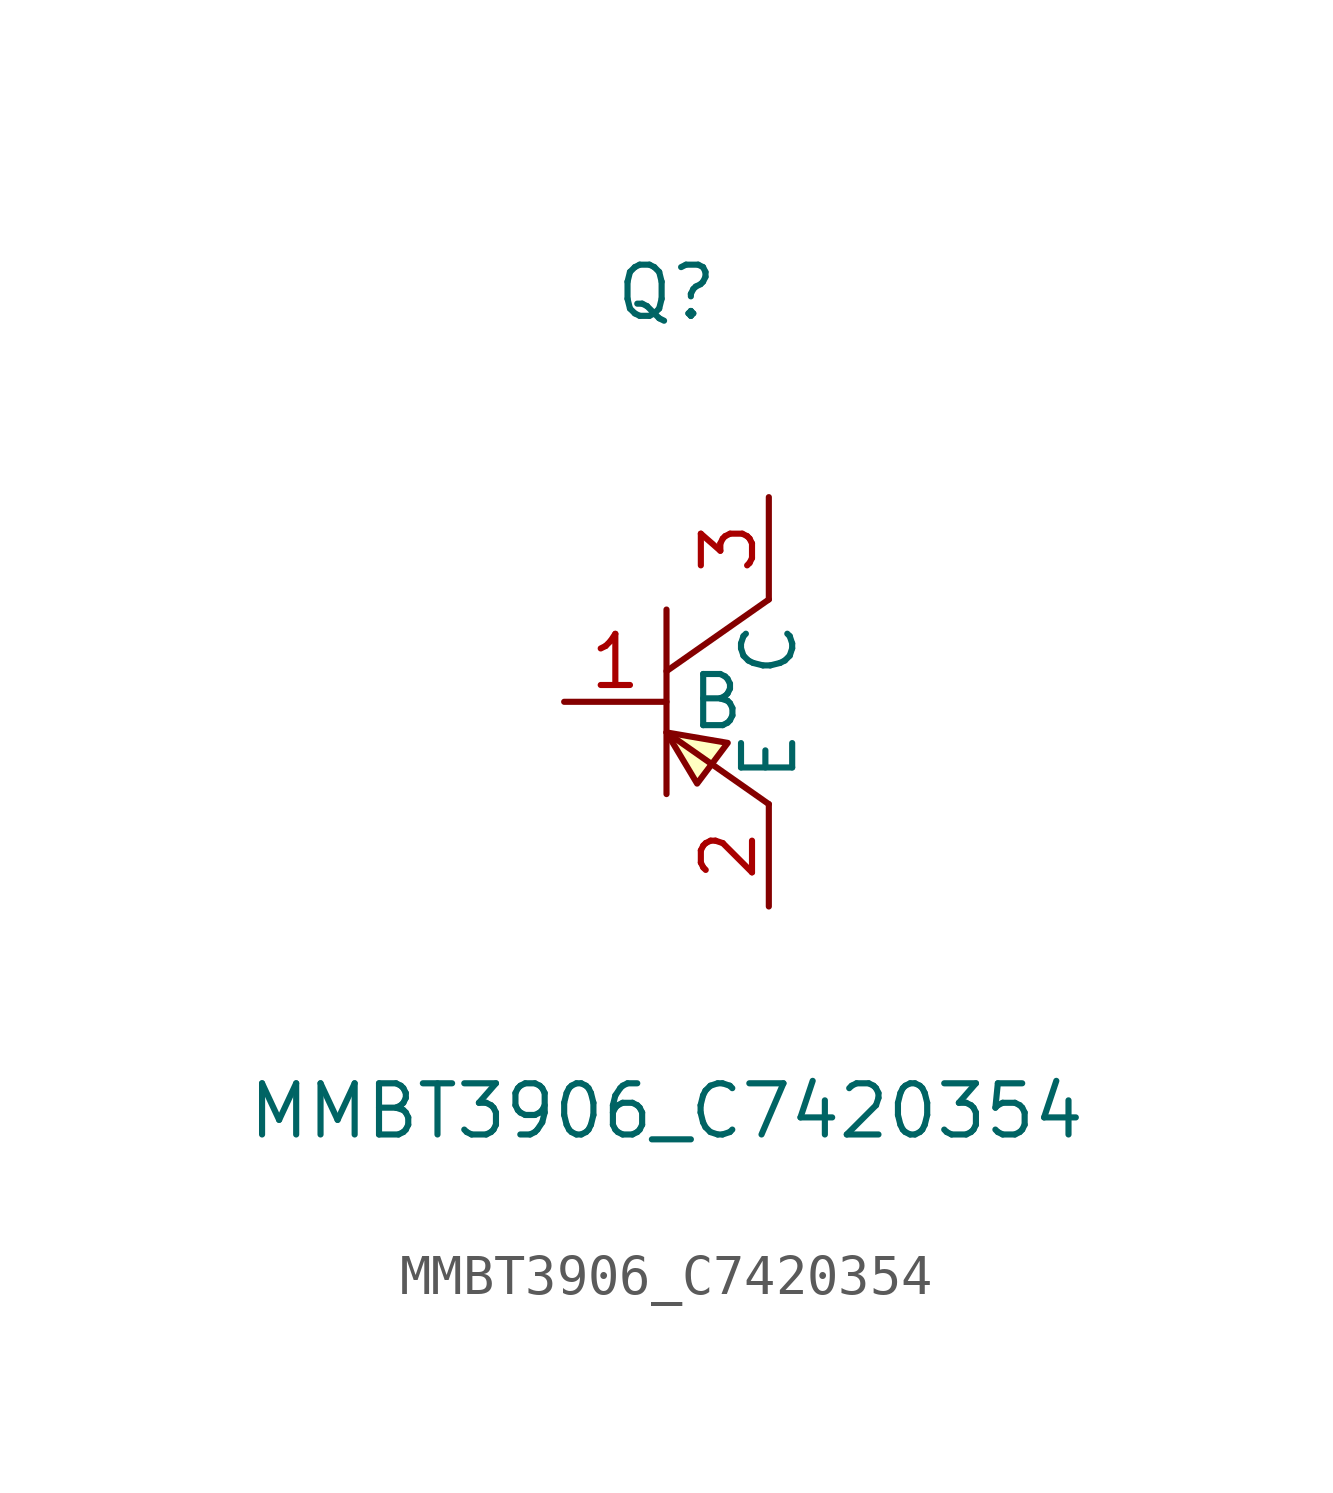
<source format=kicad_sym>
(kicad_symbol_lib
  (version 20211014)
  (generator https://github.com/uPesy/easyeda2kicad.py)
  (symbol "MMBT3906_C7420354"
    (property "Reference" "Q"
      (at 0 10.16 0)
      (effects (font (size 1.27 1.27))))
    (property "Value" "MMBT3906_C7420354"
      (at 0 -10.16 0)
      (effects (font (size 1.27 1.27))))
    (symbol "MMBT3906_C7420354_0_1"
      (polyline (pts (xy 0.00 2.29) (xy 0.00 -2.29)) (stroke (width 0) (type default) (color 0 0 0 0)) (fill (type none)))
      (polyline (pts (xy 0.00 -0.76) (xy 2.54 -2.54)) (stroke (width 0) (type default) (color 0 0 0 0)) (fill (type none)))
      (polyline (pts (xy 2.54 2.54) (xy 0.00 0.76)) (stroke (width 0) (type default) (color 0 0 0 0)) (fill (type none)))
      (polyline (pts (xy 0.00 -0.76) (xy 0.76 -2.03) (xy 1.52 -1.02) (xy 0.00 -0.76)) (stroke (width 0) (type default) (color 0 0 0 0)) (fill (type background)))
      (pin input line (at 2.54 -5.08 90) (length 2.54) (name "E" (effects (font (size 1.27 1.27)))) (number "2" (effects (font (size 1.27 1.27)))))
      (pin input line (at 2.54 5.08 270) (length 2.54) (name "C" (effects (font (size 1.27 1.27)))) (number "3" (effects (font (size 1.27 1.27)))))
      (pin input line (at -2.54 -0.00 0) (length 2.54) (name "B" (effects (font (size 1.27 1.27)))) (number "1" (effects (font (size 1.27 1.27))))))))
</source>
